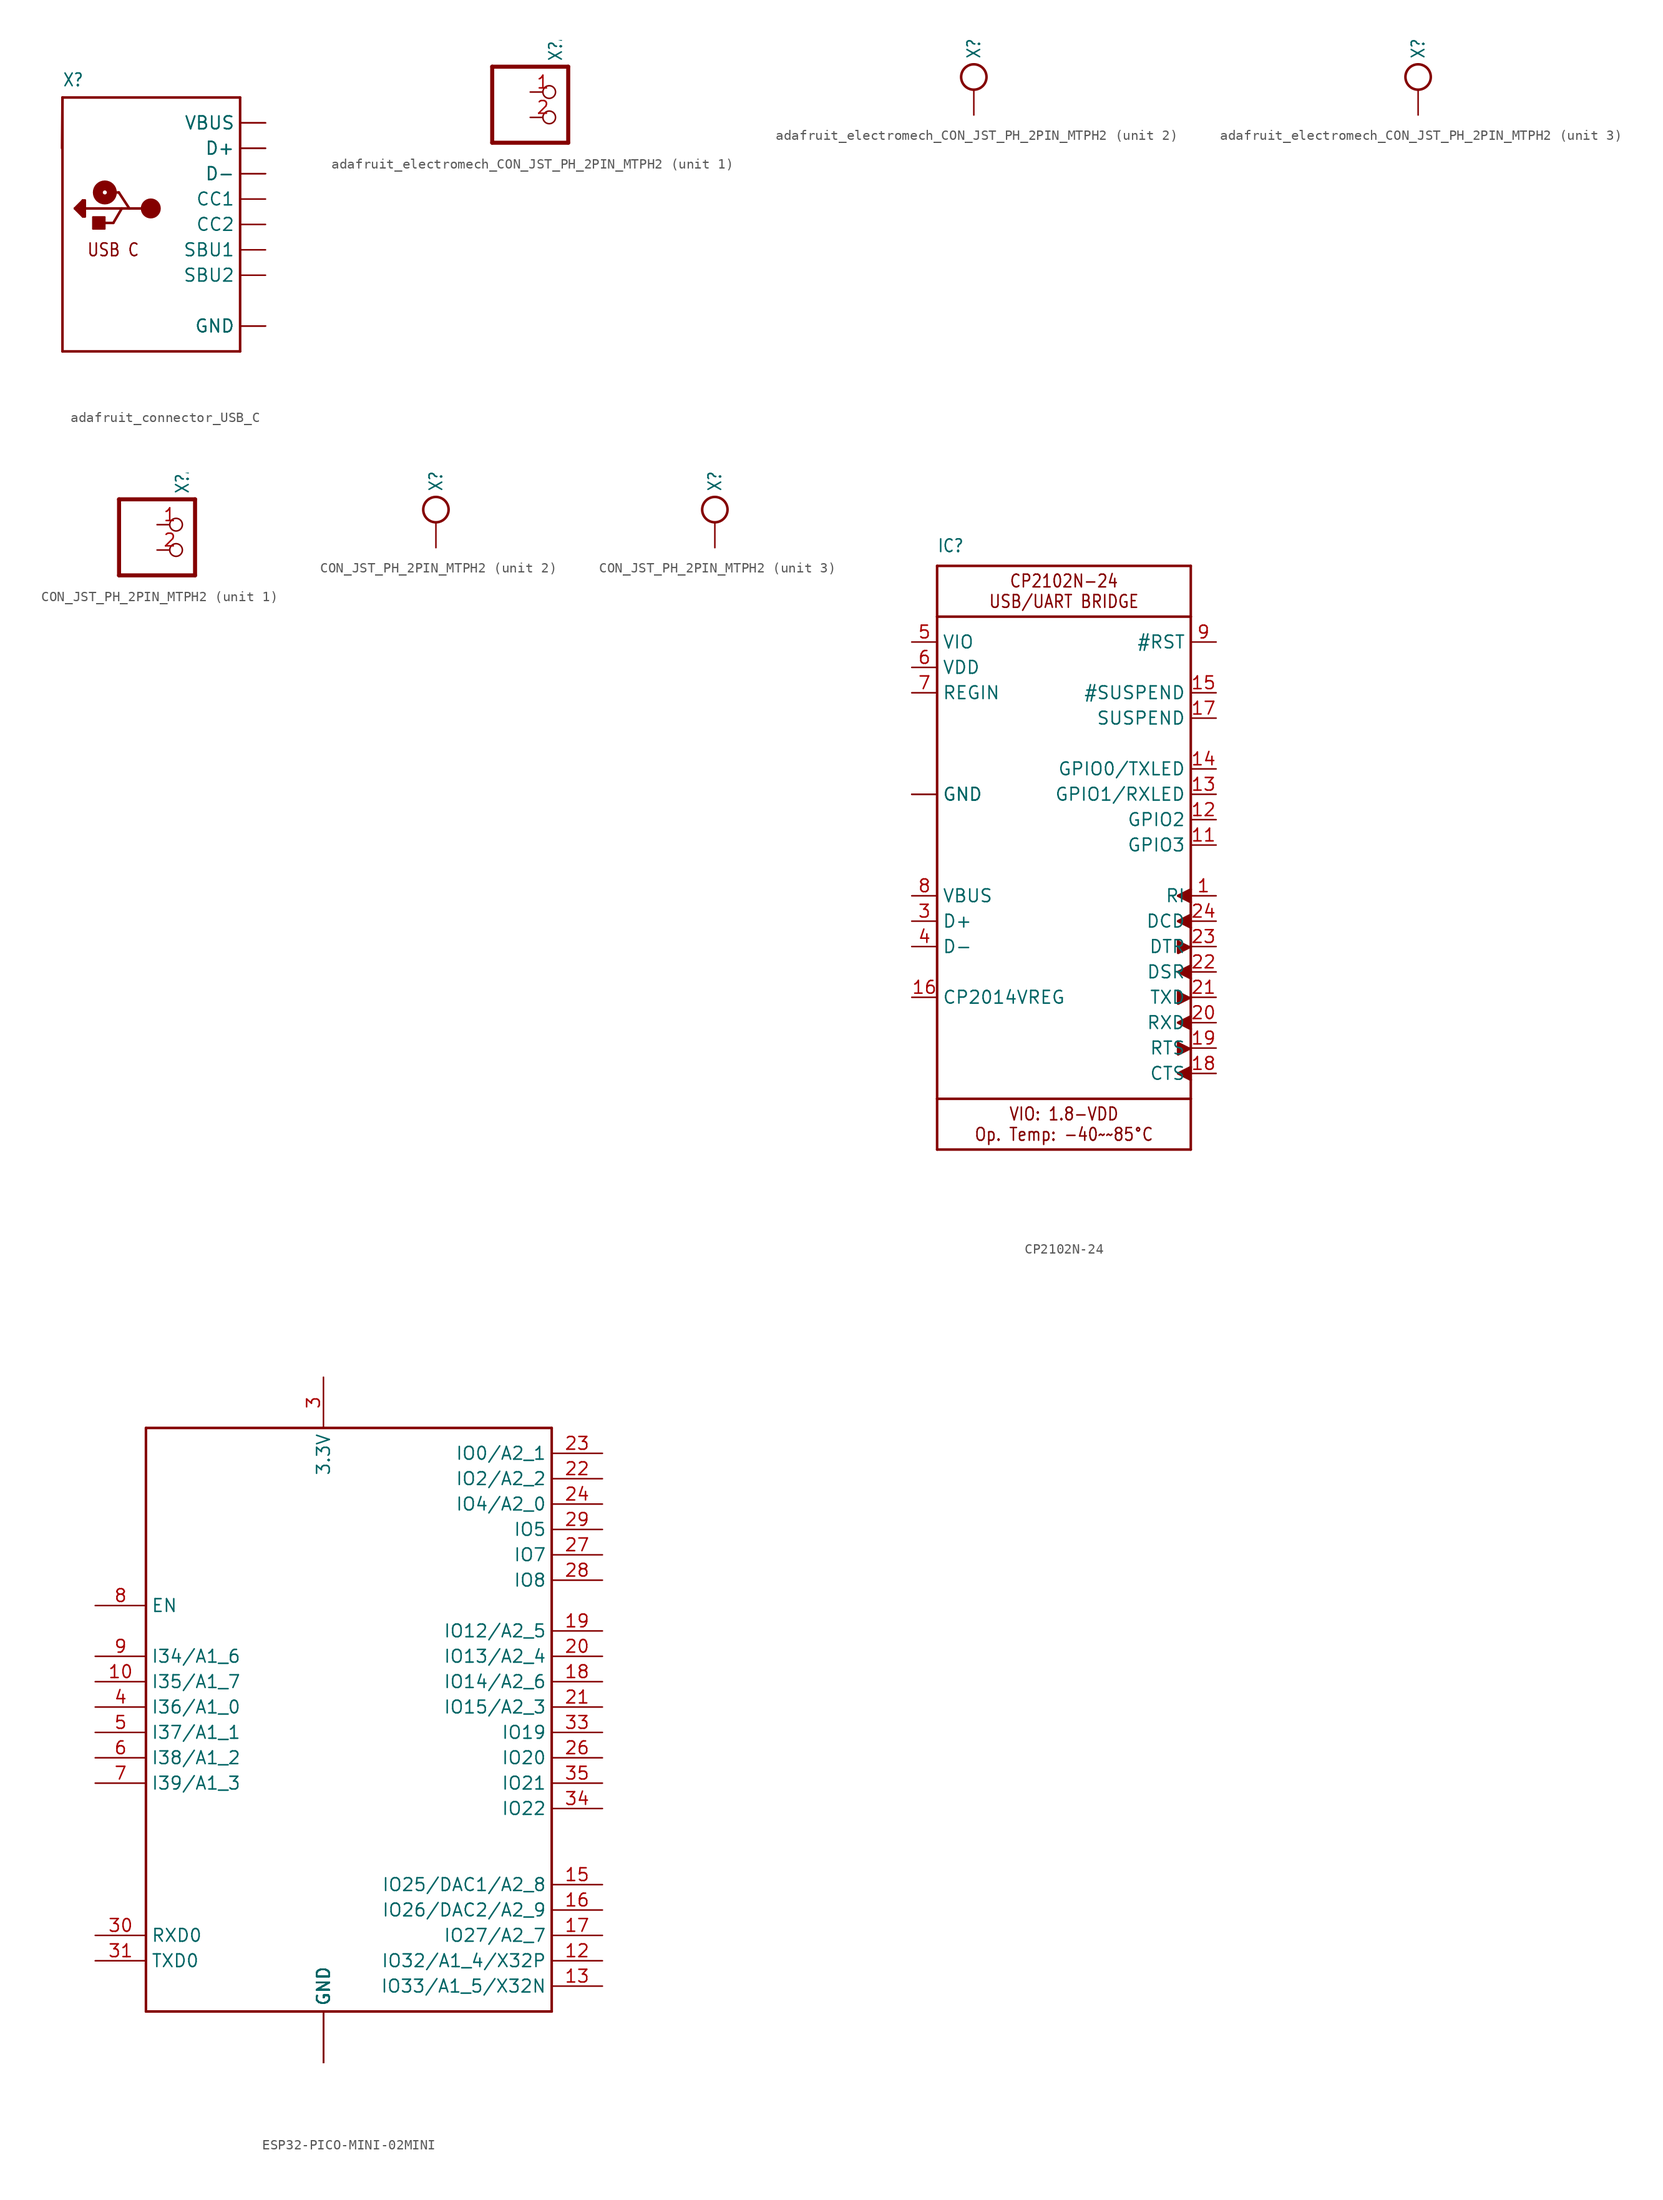
<source format=kicad_sym>
(kicad_symbol_lib
  (version 20231120)
  (generator "kicad_symbol_editor")
  (generator_version "8.0")
  (symbol "adafruit_connector_USB_C"
    (property "Reference" "X"
      (at -10.16 13.716 0)
      (effects (font (size 1.27 1.079)) (justify left bottom)))
    (property "Value" ""
      (at -10.16 -15.24 0)
      (effects (font (size 1.27 1.079)) (justify left bottom)))
    (property "ki_locked" ""
      (at 0 0 0)
      (effects (font (size 1.27 1.27))))
    (symbol "adafruit_connector_USB_C_1_0"
      (rectangle (start -7.12 -0.45) (end -5.92 0.75) (stroke (width 0) (type default)) (fill (type outline)))
      (circle (center -5.92 3.2) (radius 0.2) (stroke (width 1) (type solid)) (fill (type none)))
      (circle (center -1.32 1.6) (radius 0.5) (stroke (width 1) (type solid)) (fill (type none)))
      (polyline (pts (xy -10.2 7.62) (xy -10.16 12.7)) (stroke (width 0.254) (type solid)) (fill (type none)))
      (polyline (pts (xy -10.16 -12.7) (xy 7.62 -12.7)) (stroke (width 0.254) (type solid)) (fill (type none)))
      (polyline (pts (xy -10.16 12.7) (xy -10.16 -12.7)) (stroke (width 0.254) (type solid)) (fill (type none)))
      (polyline (pts (xy -10.16 12.7) (xy 7.62 12.7)) (stroke (width 0.254) (type solid)) (fill (type none)))
      (polyline (pts (xy -8.92 1.6) (xy -8.12 2.4)) (stroke (width 0.254) (type solid)) (fill (type none)))
      (polyline (pts (xy -8.52 1.4) (xy -8.32 1.2)) (stroke (width 0.254) (type solid)) (fill (type none)))
      (polyline (pts (xy -8.52 1.6) (xy -8.52 1.4)) (stroke (width 0.254) (type solid)) (fill (type none)))
      (polyline (pts (xy -8.32 1.2) (xy -8.32 2)) (stroke (width 0.254) (type solid)) (fill (type none)))
      (polyline (pts (xy -8.32 2) (xy -8.72 1.6)) (stroke (width 0.254) (type solid)) (fill (type none)))
      (polyline (pts (xy -8.12 0.8) (xy -8.92 1.6)) (stroke (width 0.254) (type solid)) (fill (type none)))
      (polyline (pts (xy -8.12 1) (xy -8.12 2.4)) (stroke (width 0.254) (type solid)) (fill (type none)))
      (polyline (pts (xy -8.12 2.4) (xy -7.92 2.4)) (stroke (width 0.254) (type solid)) (fill (type none)))
      (polyline (pts (xy -7.92 0.8) (xy -8.12 0.8)) (stroke (width 0.254) (type solid)) (fill (type none)))
      (polyline (pts (xy -7.92 1.6) (xy -7.92 0.8)) (stroke (width 0.254) (type solid)) (fill (type none)))
      (polyline (pts (xy -7.92 2.4) (xy -7.92 1.6)) (stroke (width 0.254) (type solid)) (fill (type none)))
      (polyline (pts (xy -6.27 0.15) (xy -5.07 0.15)) (stroke (width 0.254) (type solid)) (fill (type none)))
      (polyline (pts (xy -5.52 3.2) (xy -4.52 3.2)) (stroke (width 0.254) (type solid)) (fill (type none)))
      (polyline (pts (xy -5.07 0.15) (xy -4.22 1.6)) (stroke (width 0.254) (type solid)) (fill (type none)))
      (polyline (pts (xy -4.52 3.2) (xy -3.47 1.6)) (stroke (width 0.254) (type solid)) (fill (type none)))
      (polyline (pts (xy -4.22 1.6) (xy -7.92 1.6)) (stroke (width 0.254) (type solid)) (fill (type none)))
      (polyline (pts (xy -3.47 1.6) (xy -4.22 1.6)) (stroke (width 0.254) (type solid)) (fill (type none)))
      (polyline (pts (xy -1.32 1.6) (xy -3.47 1.6)) (stroke (width 0.254) (type solid)) (fill (type none)))
      (polyline (pts (xy 7.62 12.7) (xy 7.62 -12.7)) (stroke (width 0.254) (type solid)) (fill (type none)))
      (text "USB C" (at -5.08 -2.54 0) (effects (font (size 1.27 1.079))))
      (pin power_in line (at 10.16 -10.16 180) (length 2.54) (name "GND" (effects (font (size 1.27 1.27)))) (number "A1B12" (effects (font (size 0 0)))))
      (pin power_in line (at 10.16 10.16 180) (length 2.54) (name "VBUS" (effects (font (size 1.27 1.27)))) (number "A4B9" (effects (font (size 0 0)))))
      (pin bidirectional line (at 10.16 2.54 180) (length 2.54) (name "CC1" (effects (font (size 1.27 1.27)))) (number "A5" (effects (font (size 0 0)))))
      (pin bidirectional line (at 10.16 7.62 180) (length 2.54) (name "D+" (effects (font (size 1.27 1.27)))) (number "A6" (effects (font (size 0 0)))))
      (pin bidirectional line (at 10.16 5.08 180) (length 2.54) (name "D-" (effects (font (size 1.27 1.27)))) (number "A7" (effects (font (size 0 0)))))
      (pin bidirectional line (at 10.16 -2.54 180) (length 2.54) (name "SBU1" (effects (font (size 1.27 1.27)))) (number "A8" (effects (font (size 0 0)))))
      (pin power_in line (at 10.16 -10.16 180) (length 2.54) (name "GND" (effects (font (size 1.27 1.27)))) (number "B1A12" (effects (font (size 0 0)))))
      (pin power_in line (at 10.16 10.16 180) (length 2.54) (name "VBUS" (effects (font (size 1.27 1.27)))) (number "B4A9" (effects (font (size 0 0)))))
      (pin bidirectional line (at 10.16 0 180) (length 2.54) (name "CC2" (effects (font (size 1.27 1.27)))) (number "B5" (effects (font (size 0 0)))))
      (pin bidirectional line (at 10.16 7.62 180) (length 2.54) (name "D+" (effects (font (size 1.27 1.27)))) (number "B6" (effects (font (size 0 0)))))
      (pin bidirectional line (at 10.16 5.08 180) (length 2.54) (name "D-" (effects (font (size 1.27 1.27)))) (number "B7" (effects (font (size 0 0)))))
      (pin bidirectional line (at 10.16 -5.08 180) (length 2.54) (name "SBU2" (effects (font (size 1.27 1.27)))) (number "B8" (effects (font (size 0 0)))))))
  (symbol "adafruit_electromech_CON_JST_PH_2PIN_MTPH2"
    (property "Reference" "X"
      (at 0 5.588 90)
      (effects (font (size 1.27 1.079)) (justify left)))
    (property "Value" ""
      (at 1.651 5.588 90)
      (effects (font (size 1.27 1.079)) (justify left)))
    (property "ki_locked" ""
      (at 0 0 0)
      (effects (font (size 1.27 1.27))))
    (symbol "adafruit_electromech_CON_JST_PH_2PIN_MTPH2_1_0"
      (polyline (pts (xy -6.35 -2.54) (xy 1.27 -2.54)) (stroke (width 0.406) (type solid)) (fill (type none)))
      (polyline (pts (xy -6.35 5.08) (xy -6.35 -2.54)) (stroke (width 0.406) (type solid)) (fill (type none)))
      (polyline (pts (xy 1.27 -2.54) (xy 1.27 5.08)) (stroke (width 0.406) (type solid)) (fill (type none)))
      (polyline (pts (xy 1.27 5.08) (xy -6.35 5.08)) (stroke (width 0.406) (type solid)) (fill (type none)))
      (pin passive inverted (at -2.54 2.54 0) (length 2.54) (name "1" (effects (font (size 0 0)))) (number "1" (effects (font (size 1.27 1.27)))))
      (pin passive inverted (at -2.54 0 0) (length 2.54) (name "2" (effects (font (size 0 0)))) (number "2" (effects (font (size 1.27 1.27))))))
    (symbol "adafruit_electromech_CON_JST_PH_2PIN_MTPH2_2_0"
      (circle (center 0 3.81) (radius 1.27) (stroke (width 0.254) (type solid)) (fill (type none)))
      (pin bidirectional line (at 0 0 90) (length 2.54) (name "P$1" (effects (font (size 0 0)))) (number "NC2" (effects (font (size 0 0))))))
    (symbol "adafruit_electromech_CON_JST_PH_2PIN_MTPH2_3_0"
      (circle (center 0 3.81) (radius 1.27) (stroke (width 0.254) (type solid)) (fill (type none)))
      (pin bidirectional line (at 0 0 90) (length 2.54) (name "P$1" (effects (font (size 0 0)))) (number "NC1" (effects (font (size 0 0)))))))
  (symbol "CON_JST_PH_2PIN_MTPH2"
    (property "Reference" "X"
      (at 0 5.588 90)
      (effects (font (size 1.27 1.079)) (justify left)))
    (property "Value" ""
      (at 1.651 5.588 90)
      (effects (font (size 1.27 1.079)) (justify left)))
    (property "ki_locked" ""
      (at 0 0 0)
      (effects (font (size 1.27 1.27))))
    (symbol "CON_JST_PH_2PIN_MTPH2_1_0"
      (polyline (pts (xy -6.35 -2.54) (xy 1.27 -2.54)) (stroke (width 0.406) (type solid)) (fill (type none)))
      (polyline (pts (xy -6.35 5.08) (xy -6.35 -2.54)) (stroke (width 0.406) (type solid)) (fill (type none)))
      (polyline (pts (xy 1.27 -2.54) (xy 1.27 5.08)) (stroke (width 0.406) (type solid)) (fill (type none)))
      (polyline (pts (xy 1.27 5.08) (xy -6.35 5.08)) (stroke (width 0.406) (type solid)) (fill (type none)))
      (pin passive inverted (at -2.54 2.54 0) (length 2.54) (name "1" (effects (font (size 0 0)))) (number "1" (effects (font (size 1.27 1.27)))))
      (pin passive inverted (at -2.54 0 0) (length 2.54) (name "2" (effects (font (size 0 0)))) (number "2" (effects (font (size 1.27 1.27))))))
    (symbol "CON_JST_PH_2PIN_MTPH2_2_0"
      (circle (center 0 3.81) (radius 1.27) (stroke (width 0.254) (type solid)) (fill (type none)))
      (pin bidirectional line (at 0 0 90) (length 2.54) (name "P$1" (effects (font (size 0 0)))) (number "NC2" (effects (font (size 0 0))))))
    (symbol "CON_JST_PH_2PIN_MTPH2_3_0"
      (circle (center 0 3.81) (radius 1.27) (stroke (width 0.254) (type solid)) (fill (type none)))
      (pin bidirectional line (at 0 0 90) (length 2.54) (name "P$1" (effects (font (size 0 0)))) (number "NC1" (effects (font (size 0 0)))))))
  (symbol "CP2102N-24"
    (property "Reference" "IC"
      (at -12.7 29.21 0)
      (effects (font (size 1.27 1.079)) (justify left bottom)))
    (property "Value" ""
      (at -12.7 -33.02 0)
      (effects (font (size 1.27 1.079)) (justify left bottom)))
    (property "ki_locked" ""
      (at 0 0 0)
      (effects (font (size 1.27 1.27))))
    (symbol "CP2102N-24_1_0"
      (polyline (pts (xy -12.7 -30.48) (xy 12.7 -30.48)) (stroke (width 0.254) (type solid)) (fill (type none)))
      (polyline (pts (xy -12.7 -25.4) (xy -12.7 -30.48)) (stroke (width 0.254) (type solid)) (fill (type none)))
      (polyline (pts (xy -12.7 -25.4) (xy -12.7 22.86)) (stroke (width 0.254) (type solid)) (fill (type none)))
      (polyline (pts (xy -12.7 22.86) (xy -12.7 27.94)) (stroke (width 0.254) (type solid)) (fill (type none)))
      (polyline (pts (xy -12.7 22.86) (xy 12.7 22.86)) (stroke (width 0.254) (type solid)) (fill (type none)))
      (polyline (pts (xy -12.7 27.94) (xy 12.7 27.94)) (stroke (width 0.254) (type solid)) (fill (type none)))
      (polyline (pts (xy 12.7 -30.48) (xy 12.7 -25.4)) (stroke (width 0.254) (type solid)) (fill (type none)))
      (polyline (pts (xy 12.7 -25.4) (xy -12.7 -25.4)) (stroke (width 0.254) (type solid)) (fill (type none)))
      (polyline (pts (xy 12.7 22.86) (xy 12.7 -25.4)) (stroke (width 0.254) (type solid)) (fill (type none)))
      (polyline (pts (xy 12.7 27.94) (xy 12.7 22.86)) (stroke (width 0.254) (type solid)) (fill (type none)))
      (polyline (pts (xy 11.43 -19.685) (xy 11.43 -20.955) (xy 12.7 -20.32)) (stroke (width 0.254) (type solid)) (fill (type outline)))
      (polyline (pts (xy 11.43 -14.605) (xy 11.43 -15.875) (xy 12.7 -15.24)) (stroke (width 0.254) (type solid)) (fill (type outline)))
      (polyline (pts (xy 11.43 -9.525) (xy 11.43 -10.795) (xy 12.7 -10.16)) (stroke (width 0.254) (type solid)) (fill (type outline)))
      (polyline (pts (xy 12.7 -22.225) (xy 11.43 -22.86) (xy 12.7 -23.495)) (stroke (width 0.254) (type solid)) (fill (type outline)))
      (polyline (pts (xy 12.7 -17.145) (xy 11.43 -17.78) (xy 12.7 -18.415)) (stroke (width 0.254) (type solid)) (fill (type outline)))
      (polyline (pts (xy 12.7 -12.065) (xy 11.43 -12.7) (xy 12.7 -13.335)) (stroke (width 0.254) (type solid)) (fill (type outline)))
      (polyline (pts (xy 12.7 -6.985) (xy 11.43 -7.62) (xy 12.7 -8.255)) (stroke (width 0.254) (type solid)) (fill (type outline)))
      (polyline (pts (xy 12.7 -4.445) (xy 11.43 -5.08) (xy 12.7 -5.715)) (stroke (width 0.254) (type solid)) (fill (type outline)))
      (text "CP2102N-24\nUSB/UART BRIDGE" (at 0 25.4 0) (effects (font (size 1.27 1.079))))
      (text "VIO: 1.8-VDD\nOp. Temp: -40~~85°C" (at 0 -27.94 0) (effects (font (size 1.27 1.079))))
      (pin input line (at 15.24 -5.08 180) (length 2.54) (name "RI" (effects (font (size 1.27 1.27)))) (number "1" (effects (font (size 1.27 1.27)))))
      (pin bidirectional line (at 15.24 0 180) (length 2.54) (name "GPIO3" (effects (font (size 1.27 1.27)))) (number "11" (effects (font (size 1.27 1.27)))))
      (pin bidirectional line (at 15.24 2.54 180) (length 2.54) (name "GPIO2" (effects (font (size 1.27 1.27)))) (number "12" (effects (font (size 1.27 1.27)))))
      (pin bidirectional line (at 15.24 5.08 180) (length 2.54) (name "GPIO1/RXLED" (effects (font (size 1.27 1.27)))) (number "13" (effects (font (size 1.27 1.27)))))
      (pin bidirectional line (at 15.24 7.62 180) (length 2.54) (name "GPIO0/TXLED" (effects (font (size 1.27 1.27)))) (number "14" (effects (font (size 1.27 1.27)))))
      (pin output line (at 15.24 15.24 180) (length 2.54) (name "#SUSPEND" (effects (font (size 1.27 1.27)))) (number "15" (effects (font (size 1.27 1.27)))))
      (pin passive line (at -15.24 -15.24 0) (length 2.54) (name "CP2014VREG" (effects (font (size 1.27 1.27)))) (number "16" (effects (font (size 1.27 1.27)))))
      (pin output line (at 15.24 12.7 180) (length 2.54) (name "SUSPEND" (effects (font (size 1.27 1.27)))) (number "17" (effects (font (size 1.27 1.27)))))
      (pin input line (at 15.24 -22.86 180) (length 2.54) (name "CTS" (effects (font (size 1.27 1.27)))) (number "18" (effects (font (size 1.27 1.27)))))
      (pin output line (at 15.24 -20.32 180) (length 2.54) (name "RTS" (effects (font (size 1.27 1.27)))) (number "19" (effects (font (size 1.27 1.27)))))
      (pin power_in line (at -15.24 5.08 0) (length 2.54) (name "GND" (effects (font (size 1.27 1.27)))) (number "2" (effects (font (size 0 0)))))
      (pin input line (at 15.24 -17.78 180) (length 2.54) (name "RXD" (effects (font (size 1.27 1.27)))) (number "20" (effects (font (size 1.27 1.27)))))
      (pin output line (at 15.24 -15.24 180) (length 2.54) (name "TXD" (effects (font (size 1.27 1.27)))) (number "21" (effects (font (size 1.27 1.27)))))
      (pin input line (at 15.24 -12.7 180) (length 2.54) (name "DSR" (effects (font (size 1.27 1.27)))) (number "22" (effects (font (size 1.27 1.27)))))
      (pin output line (at 15.24 -10.16 180) (length 2.54) (name "DTR" (effects (font (size 1.27 1.27)))) (number "23" (effects (font (size 1.27 1.27)))))
      (pin input line (at 15.24 -7.62 180) (length 2.54) (name "DCD" (effects (font (size 1.27 1.27)))) (number "24" (effects (font (size 1.27 1.27)))))
      (pin bidirectional line (at -15.24 -7.62 0) (length 2.54) (name "D+" (effects (font (size 1.27 1.27)))) (number "3" (effects (font (size 1.27 1.27)))))
      (pin bidirectional line (at -15.24 -10.16 0) (length 2.54) (name "D-" (effects (font (size 1.27 1.27)))) (number "4" (effects (font (size 1.27 1.27)))))
      (pin power_in line (at -15.24 20.32 0) (length 2.54) (name "VIO" (effects (font (size 1.27 1.27)))) (number "5" (effects (font (size 1.27 1.27)))))
      (pin power_in line (at -15.24 17.78 0) (length 2.54) (name "VDD" (effects (font (size 1.27 1.27)))) (number "6" (effects (font (size 1.27 1.27)))))
      (pin power_in line (at -15.24 15.24 0) (length 2.54) (name "REGIN" (effects (font (size 1.27 1.27)))) (number "7" (effects (font (size 1.27 1.27)))))
      (pin power_in line (at -15.24 -5.08 0) (length 2.54) (name "VBUS" (effects (font (size 1.27 1.27)))) (number "8" (effects (font (size 1.27 1.27)))))
      (pin bidirectional line (at 15.24 20.32 180) (length 2.54) (name "#RST" (effects (font (size 1.27 1.27)))) (number "9" (effects (font (size 1.27 1.27)))))
      (pin power_in line (at -15.24 5.08 0) (length 2.54) (name "GND" (effects (font (size 1.27 1.27)))) (number "THERM" (effects (font (size 0 0)))))))
  (symbol "ESP32-PICO-MINI-02MINI"
    (property "Reference" "X"
      (at 0 0 0)
      (effects (font (size 1.27 1.27)) (hide yes)))
    (property "ki_locked" ""
      (at 0 0 0)
      (effects (font (size 1.27 1.27))))
    (symbol "ESP32-PICO-MINI-02MINI_1_0"
      (polyline (pts (xy -17.78 -22.86) (xy -17.78 35.56)) (stroke (width 0.254) (type solid)) (fill (type none)))
      (polyline (pts (xy -17.78 35.56) (xy 22.86 35.56)) (stroke (width 0.254) (type solid)) (fill (type none)))
      (polyline (pts (xy 22.86 -22.86) (xy -17.78 -22.86)) (stroke (width 0.254) (type solid)) (fill (type none)))
      (polyline (pts (xy 22.86 35.56) (xy 22.86 -22.86)) (stroke (width 0.254) (type solid)) (fill (type none)))
      (pin passive line (at 0 -27.94 90) (length 5.08) (name "GND" (effects (font (size 1.27 1.27)))) (number "1" (effects (font (size 0 0)))))
      (pin input line (at -22.86 10.16 0) (length 5.08) (name "I35/A1_7" (effects (font (size 1.27 1.27)))) (number "10" (effects (font (size 1.27 1.27)))))
      (pin passive line (at 0 -27.94 90) (length 5.08) (name "GND" (effects (font (size 1.27 1.27)))) (number "11" (effects (font (size 0 0)))))
      (pin bidirectional line (at 27.94 -17.78 180) (length 5.08) (name "IO32/A1_4/X32P" (effects (font (size 1.27 1.27)))) (number "12" (effects (font (size 1.27 1.27)))))
      (pin bidirectional line (at 27.94 -20.32 180) (length 5.08) (name "IO33/A1_5/X32N" (effects (font (size 1.27 1.27)))) (number "13" (effects (font (size 1.27 1.27)))))
      (pin passive line (at 0 -27.94 90) (length 5.08) (name "GND" (effects (font (size 1.27 1.27)))) (number "14" (effects (font (size 0 0)))))
      (pin bidirectional line (at 27.94 -10.16 180) (length 5.08) (name "IO25/DAC1/A2_8" (effects (font (size 1.27 1.27)))) (number "15" (effects (font (size 1.27 1.27)))))
      (pin bidirectional line (at 27.94 -12.7 180) (length 5.08) (name "IO26/DAC2/A2_9" (effects (font (size 1.27 1.27)))) (number "16" (effects (font (size 1.27 1.27)))))
      (pin bidirectional line (at 27.94 -15.24 180) (length 5.08) (name "IO27/A2_7" (effects (font (size 1.27 1.27)))) (number "17" (effects (font (size 1.27 1.27)))))
      (pin bidirectional line (at 27.94 10.16 180) (length 5.08) (name "IO14/A2_6" (effects (font (size 1.27 1.27)))) (number "18" (effects (font (size 1.27 1.27)))))
      (pin bidirectional line (at 27.94 15.24 180) (length 5.08) (name "IO12/A2_5" (effects (font (size 1.27 1.27)))) (number "19" (effects (font (size 1.27 1.27)))))
      (pin passive line (at 0 -27.94 90) (length 5.08) (name "GND" (effects (font (size 1.27 1.27)))) (number "2" (effects (font (size 0 0)))))
      (pin bidirectional line (at 27.94 12.7 180) (length 5.08) (name "IO13/A2_4" (effects (font (size 1.27 1.27)))) (number "20" (effects (font (size 1.27 1.27)))))
      (pin bidirectional line (at 27.94 7.62 180) (length 5.08) (name "IO15/A2_3" (effects (font (size 1.27 1.27)))) (number "21" (effects (font (size 1.27 1.27)))))
      (pin bidirectional line (at 27.94 30.48 180) (length 5.08) (name "IO2/A2_2" (effects (font (size 1.27 1.27)))) (number "22" (effects (font (size 1.27 1.27)))))
      (pin bidirectional line (at 27.94 33.02 180) (length 5.08) (name "IO0/A2_1" (effects (font (size 1.27 1.27)))) (number "23" (effects (font (size 1.27 1.27)))))
      (pin bidirectional line (at 27.94 27.94 180) (length 5.08) (name "IO4/A2_0" (effects (font (size 1.27 1.27)))) (number "24" (effects (font (size 1.27 1.27)))))
      (pin bidirectional line (at 27.94 2.54 180) (length 5.08) (name "IO20" (effects (font (size 1.27 1.27)))) (number "26" (effects (font (size 1.27 1.27)))))
      (pin bidirectional line (at 27.94 22.86 180) (length 5.08) (name "IO7" (effects (font (size 1.27 1.27)))) (number "27" (effects (font (size 1.27 1.27)))))
      (pin bidirectional line (at 27.94 20.32 180) (length 5.08) (name "IO8" (effects (font (size 1.27 1.27)))) (number "28" (effects (font (size 1.27 1.27)))))
      (pin bidirectional line (at 27.94 25.4 180) (length 5.08) (name "IO5" (effects (font (size 1.27 1.27)))) (number "29" (effects (font (size 1.27 1.27)))))
      (pin passive line (at 0 40.64 270) (length 5.08) (name "3.3V" (effects (font (size 1.27 1.27)))) (number "3" (effects (font (size 1.27 1.27)))))
      (pin input line (at -22.86 -15.24 0) (length 5.08) (name "RXD0" (effects (font (size 1.27 1.27)))) (number "30" (effects (font (size 1.27 1.27)))))
      (pin output line (at -22.86 -17.78 0) (length 5.08) (name "TXD0" (effects (font (size 1.27 1.27)))) (number "31" (effects (font (size 1.27 1.27)))))
      (pin bidirectional line (at 27.94 5.08 180) (length 5.08) (name "IO19" (effects (font (size 1.27 1.27)))) (number "33" (effects (font (size 1.27 1.27)))))
      (pin bidirectional line (at 27.94 -2.54 180) (length 5.08) (name "IO22" (effects (font (size 1.27 1.27)))) (number "34" (effects (font (size 1.27 1.27)))))
      (pin bidirectional line (at 27.94 0 180) (length 5.08) (name "IO21" (effects (font (size 1.27 1.27)))) (number "35" (effects (font (size 1.27 1.27)))))
      (pin passive line (at 0 -27.94 90) (length 5.08) (name "GND" (effects (font (size 1.27 1.27)))) (number "36" (effects (font (size 0 0)))))
      (pin passive line (at 0 -27.94 90) (length 5.08) (name "GND" (effects (font (size 1.27 1.27)))) (number "37" (effects (font (size 0 0)))))
      (pin passive line (at 0 -27.94 90) (length 5.08) (name "GND" (effects (font (size 1.27 1.27)))) (number "38" (effects (font (size 0 0)))))
      (pin passive line (at 0 -27.94 90) (length 5.08) (name "GND" (effects (font (size 1.27 1.27)))) (number "39" (effects (font (size 0 0)))))
      (pin input line (at -22.86 7.62 0) (length 5.08) (name "I36/A1_0" (effects (font (size 1.27 1.27)))) (number "4" (effects (font (size 1.27 1.27)))))
      (pin passive line (at 0 -27.94 90) (length 5.08) (name "GND" (effects (font (size 1.27 1.27)))) (number "40" (effects (font (size 0 0)))))
      (pin passive line (at 0 -27.94 90) (length 5.08) (name "GND" (effects (font (size 1.27 1.27)))) (number "41" (effects (font (size 0 0)))))
      (pin passive line (at 0 -27.94 90) (length 5.08) (name "GND" (effects (font (size 1.27 1.27)))) (number "42" (effects (font (size 0 0)))))
      (pin passive line (at 0 -27.94 90) (length 5.08) (name "GND" (effects (font (size 1.27 1.27)))) (number "43" (effects (font (size 0 0)))))
      (pin passive line (at 0 -27.94 90) (length 5.08) (name "GND" (effects (font (size 1.27 1.27)))) (number "44" (effects (font (size 0 0)))))
      (pin passive line (at 0 -27.94 90) (length 5.08) (name "GND" (effects (font (size 1.27 1.27)))) (number "45" (effects (font (size 0 0)))))
      (pin passive line (at 0 -27.94 90) (length 5.08) (name "GND" (effects (font (size 1.27 1.27)))) (number "46" (effects (font (size 0 0)))))
      (pin passive line (at 0 -27.94 90) (length 5.08) (name "GND" (effects (font (size 1.27 1.27)))) (number "47" (effects (font (size 0 0)))))
      (pin passive line (at 0 -27.94 90) (length 5.08) (name "GND" (effects (font (size 1.27 1.27)))) (number "48" (effects (font (size 0 0)))))
      (pin passive line (at 0 -27.94 90) (length 5.08) (name "GND" (effects (font (size 1.27 1.27)))) (number "49" (effects (font (size 0 0)))))
      (pin input line (at -22.86 5.08 0) (length 5.08) (name "I37/A1_1" (effects (font (size 1.27 1.27)))) (number "5" (effects (font (size 1.27 1.27)))))
      (pin passive line (at 0 -27.94 90) (length 5.08) (name "GND" (effects (font (size 1.27 1.27)))) (number "50" (effects (font (size 0 0)))))
      (pin passive line (at 0 -27.94 90) (length 5.08) (name "GND" (effects (font (size 1.27 1.27)))) (number "51" (effects (font (size 0 0)))))
      (pin passive line (at 0 -27.94 90) (length 5.08) (name "GND" (effects (font (size 1.27 1.27)))) (number "52" (effects (font (size 0 0)))))
      (pin passive line (at 0 -27.94 90) (length 5.08) (name "GND" (effects (font (size 1.27 1.27)))) (number "53" (effects (font (size 0 0)))))
      (pin passive line (at 0 -27.94 90) (length 5.08) (name "GND" (effects (font (size 1.27 1.27)))) (number "54" (effects (font (size 0 0)))))
      (pin passive line (at 0 -27.94 90) (length 5.08) (name "GND" (effects (font (size 1.27 1.27)))) (number "55" (effects (font (size 0 0)))))
      (pin passive line (at 0 -27.94 90) (length 5.08) (name "GND" (effects (font (size 1.27 1.27)))) (number "56" (effects (font (size 0 0)))))
      (pin passive line (at 0 -27.94 90) (length 5.08) (name "GND" (effects (font (size 1.27 1.27)))) (number "57" (effects (font (size 0 0)))))
      (pin passive line (at 0 -27.94 90) (length 5.08) (name "GND" (effects (font (size 1.27 1.27)))) (number "58" (effects (font (size 0 0)))))
      (pin passive line (at 0 -27.94 90) (length 5.08) (name "GND" (effects (font (size 1.27 1.27)))) (number "59" (effects (font (size 0 0)))))
      (pin input line (at -22.86 2.54 0) (length 5.08) (name "I38/A1_2" (effects (font (size 1.27 1.27)))) (number "6" (effects (font (size 1.27 1.27)))))
      (pin passive line (at 0 -27.94 90) (length 5.08) (name "GND" (effects (font (size 1.27 1.27)))) (number "60" (effects (font (size 0 0)))))
      (pin passive line (at 0 -27.94 90) (length 5.08) (name "GND" (effects (font (size 1.27 1.27)))) (number "61" (effects (font (size 0 0)))))
      (pin input line (at -22.86 0 0) (length 5.08) (name "I39/A1_3" (effects (font (size 1.27 1.27)))) (number "7" (effects (font (size 1.27 1.27)))))
      (pin input line (at -22.86 17.78 0) (length 5.08) (name "EN" (effects (font (size 1.27 1.27)))) (number "8" (effects (font (size 1.27 1.27)))))
      (pin input line (at -22.86 12.7 0) (length 5.08) (name "I34/A1_6" (effects (font (size 1.27 1.27)))) (number "9" (effects (font (size 1.27 1.27))))))))
</source>
